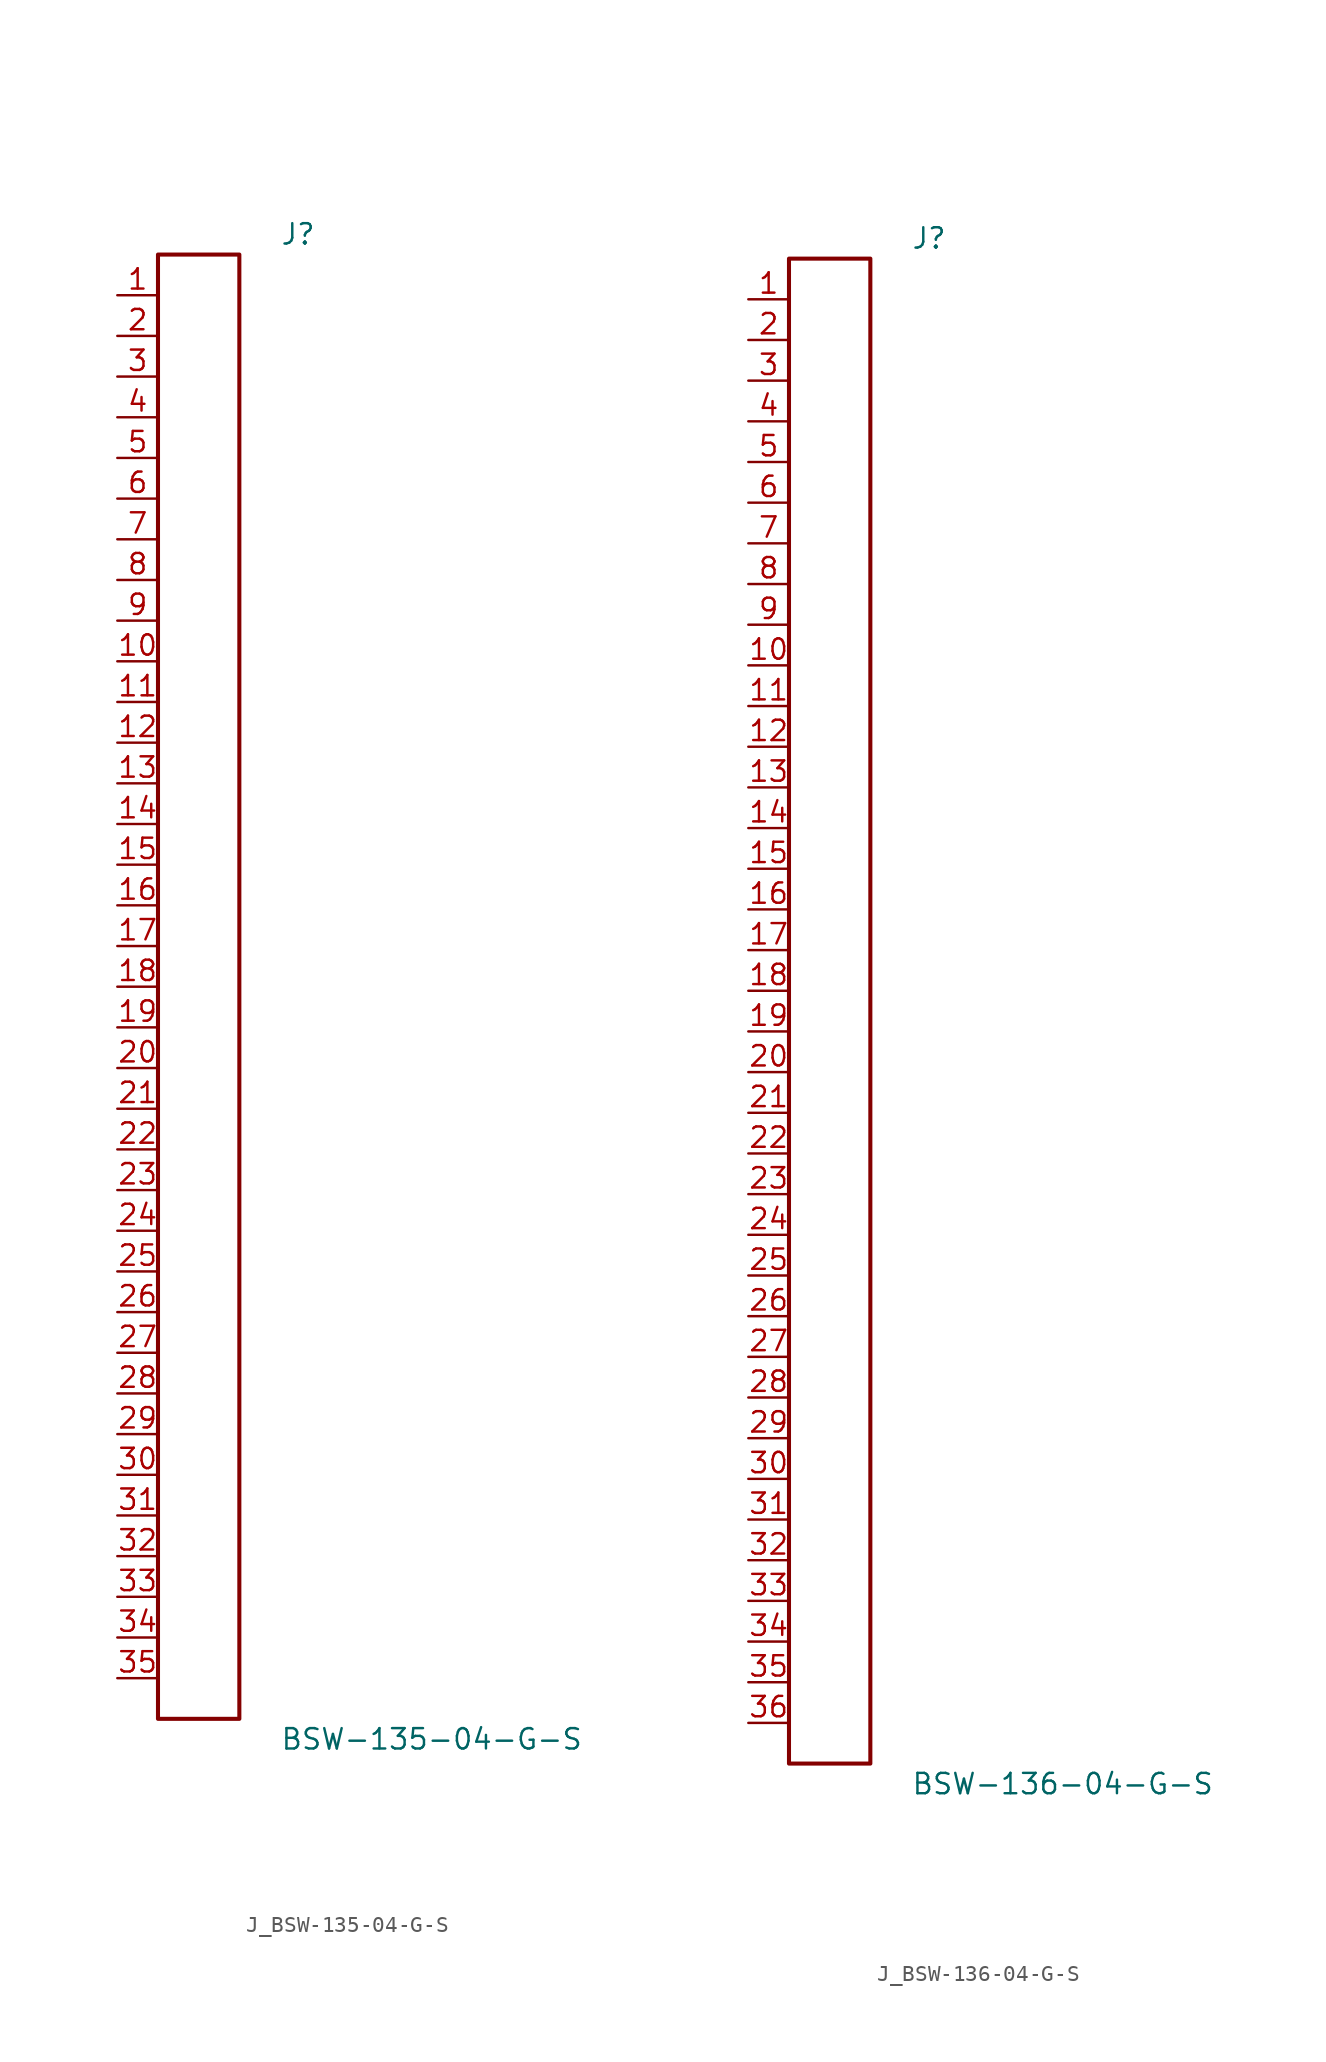
<source format=kicad_sym>
(kicad_symbol_lib
  (version 20231120)
  (generator kicad_symbol_editor)
  (generator_version 8.0)
  (symbol "J_BSW-135-04-G-S"
    (pin_names
      (offset 0.254))
    (property "Reference" "J"
      (at 5.08 46.99 0)
      (effects (font (size 1.27 1.27)) (justify left)))
    (property "Value" "BSW-135-04-G-S"
      (at 5.08 -46.99 0)
      (effects (font (size 1.27 1.27)) (justify left)))
    (symbol "J_BSW-135-04-G-S_0_0"
      (pin unspecified line (at -5.08 43.18 0) (length 2.54) (name "" (effects (font (size 1.27 1.27)))) (number "1" (effects (font (size 1.27 1.27)))))
      (pin unspecified line (at -5.08 40.64 0) (length 2.54) (name "" (effects (font (size 1.27 1.27)))) (number "2" (effects (font (size 1.27 1.27)))))
      (pin unspecified line (at -5.08 38.1 0) (length 2.54) (name "" (effects (font (size 1.27 1.27)))) (number "3" (effects (font (size 1.27 1.27)))))
      (pin unspecified line (at -5.08 35.56 0) (length 2.54) (name "" (effects (font (size 1.27 1.27)))) (number "4" (effects (font (size 1.27 1.27)))))
      (pin unspecified line (at -5.08 33.02 0) (length 2.54) (name "" (effects (font (size 1.27 1.27)))) (number "5" (effects (font (size 1.27 1.27)))))
      (pin unspecified line (at -5.08 30.48 0) (length 2.54) (name "" (effects (font (size 1.27 1.27)))) (number "6" (effects (font (size 1.27 1.27)))))
      (pin unspecified line (at -5.08 27.94 0) (length 2.54) (name "" (effects (font (size 1.27 1.27)))) (number "7" (effects (font (size 1.27 1.27)))))
      (pin unspecified line (at -5.08 25.4 0) (length 2.54) (name "" (effects (font (size 1.27 1.27)))) (number "8" (effects (font (size 1.27 1.27)))))
      (pin unspecified line (at -5.08 22.86 0) (length 2.54) (name "" (effects (font (size 1.27 1.27)))) (number "9" (effects (font (size 1.27 1.27)))))
      (pin unspecified line (at -5.08 20.32 0) (length 2.54) (name "" (effects (font (size 1.27 1.27)))) (number "10" (effects (font (size 1.27 1.27)))))
      (pin unspecified line (at -5.08 17.78 0) (length 2.54) (name "" (effects (font (size 1.27 1.27)))) (number "11" (effects (font (size 1.27 1.27)))))
      (pin unspecified line (at -5.08 15.24 0) (length 2.54) (name "" (effects (font (size 1.27 1.27)))) (number "12" (effects (font (size 1.27 1.27)))))
      (pin unspecified line (at -5.08 12.7 0) (length 2.54) (name "" (effects (font (size 1.27 1.27)))) (number "13" (effects (font (size 1.27 1.27)))))
      (pin unspecified line (at -5.08 10.16 0) (length 2.54) (name "" (effects (font (size 1.27 1.27)))) (number "14" (effects (font (size 1.27 1.27)))))
      (pin unspecified line (at -5.08 7.62 0) (length 2.54) (name "" (effects (font (size 1.27 1.27)))) (number "15" (effects (font (size 1.27 1.27)))))
      (pin unspecified line (at -5.08 5.08 0) (length 2.54) (name "" (effects (font (size 1.27 1.27)))) (number "16" (effects (font (size 1.27 1.27)))))
      (pin unspecified line (at -5.08 2.54 0) (length 2.54) (name "" (effects (font (size 1.27 1.27)))) (number "17" (effects (font (size 1.27 1.27)))))
      (pin unspecified line (at -5.08 0.0 0) (length 2.54) (name "" (effects (font (size 1.27 1.27)))) (number "18" (effects (font (size 1.27 1.27)))))
      (pin unspecified line (at -5.08 -2.54 0) (length 2.54) (name "" (effects (font (size 1.27 1.27)))) (number "19" (effects (font (size 1.27 1.27)))))
      (pin unspecified line (at -5.08 -5.08 0) (length 2.54) (name "" (effects (font (size 1.27 1.27)))) (number "20" (effects (font (size 1.27 1.27)))))
      (pin unspecified line (at -5.08 -7.62 0) (length 2.54) (name "" (effects (font (size 1.27 1.27)))) (number "21" (effects (font (size 1.27 1.27)))))
      (pin unspecified line (at -5.08 -10.16 0) (length 2.54) (name "" (effects (font (size 1.27 1.27)))) (number "22" (effects (font (size 1.27 1.27)))))
      (pin unspecified line (at -5.08 -12.7 0) (length 2.54) (name "" (effects (font (size 1.27 1.27)))) (number "23" (effects (font (size 1.27 1.27)))))
      (pin unspecified line (at -5.08 -15.24 0) (length 2.54) (name "" (effects (font (size 1.27 1.27)))) (number "24" (effects (font (size 1.27 1.27)))))
      (pin unspecified line (at -5.08 -17.78 0) (length 2.54) (name "" (effects (font (size 1.27 1.27)))) (number "25" (effects (font (size 1.27 1.27)))))
      (pin unspecified line (at -5.08 -20.32 0) (length 2.54) (name "" (effects (font (size 1.27 1.27)))) (number "26" (effects (font (size 1.27 1.27)))))
      (pin unspecified line (at -5.08 -22.86 0) (length 2.54) (name "" (effects (font (size 1.27 1.27)))) (number "27" (effects (font (size 1.27 1.27)))))
      (pin unspecified line (at -5.08 -25.4 0) (length 2.54) (name "" (effects (font (size 1.27 1.27)))) (number "28" (effects (font (size 1.27 1.27)))))
      (pin unspecified line (at -5.08 -27.94 0) (length 2.54) (name "" (effects (font (size 1.27 1.27)))) (number "29" (effects (font (size 1.27 1.27)))))
      (pin unspecified line (at -5.08 -30.48 0) (length 2.54) (name "" (effects (font (size 1.27 1.27)))) (number "30" (effects (font (size 1.27 1.27)))))
      (pin unspecified line (at -5.08 -33.02 0) (length 2.54) (name "" (effects (font (size 1.27 1.27)))) (number "31" (effects (font (size 1.27 1.27)))))
      (pin unspecified line (at -5.08 -35.56 0) (length 2.54) (name "" (effects (font (size 1.27 1.27)))) (number "32" (effects (font (size 1.27 1.27)))))
      (pin unspecified line (at -5.08 -38.1 0) (length 2.54) (name "" (effects (font (size 1.27 1.27)))) (number "33" (effects (font (size 1.27 1.27)))))
      (pin unspecified line (at -5.08 -40.64 0) (length 2.54) (name "" (effects (font (size 1.27 1.27)))) (number "34" (effects (font (size 1.27 1.27)))))
      (pin unspecified line (at -5.08 -43.18 0) (length 2.54) (name "" (effects (font (size 1.27 1.27)))) (number "35" (effects (font (size 1.27 1.27))))))
    (symbol "J_BSW-135-04-G-S_1_0"
      (rectangle (start -2.54 45.72) (end 2.54 -45.72) (stroke (width 0.254) (type solid)) (fill (type none)))))
  (symbol "J_BSW-136-04-G-S"
    (pin_names
      (offset 0.254))
    (property "Reference" "J"
      (at 5.08 48.26 0)
      (effects (font (size 1.27 1.27)) (justify left)))
    (property "Value" "BSW-136-04-G-S"
      (at 5.08 -48.26 0)
      (effects (font (size 1.27 1.27)) (justify left)))
    (symbol "J_BSW-136-04-G-S_0_0"
      (pin unspecified line (at -5.08 44.45 0) (length 2.54) (name "" (effects (font (size 1.27 1.27)))) (number "1" (effects (font (size 1.27 1.27)))))
      (pin unspecified line (at -5.08 41.91 0) (length 2.54) (name "" (effects (font (size 1.27 1.27)))) (number "2" (effects (font (size 1.27 1.27)))))
      (pin unspecified line (at -5.08 39.37 0) (length 2.54) (name "" (effects (font (size 1.27 1.27)))) (number "3" (effects (font (size 1.27 1.27)))))
      (pin unspecified line (at -5.08 36.83 0) (length 2.54) (name "" (effects (font (size 1.27 1.27)))) (number "4" (effects (font (size 1.27 1.27)))))
      (pin unspecified line (at -5.08 34.29 0) (length 2.54) (name "" (effects (font (size 1.27 1.27)))) (number "5" (effects (font (size 1.27 1.27)))))
      (pin unspecified line (at -5.08 31.75 0) (length 2.54) (name "" (effects (font (size 1.27 1.27)))) (number "6" (effects (font (size 1.27 1.27)))))
      (pin unspecified line (at -5.08 29.21 0) (length 2.54) (name "" (effects (font (size 1.27 1.27)))) (number "7" (effects (font (size 1.27 1.27)))))
      (pin unspecified line (at -5.08 26.67 0) (length 2.54) (name "" (effects (font (size 1.27 1.27)))) (number "8" (effects (font (size 1.27 1.27)))))
      (pin unspecified line (at -5.08 24.13 0) (length 2.54) (name "" (effects (font (size 1.27 1.27)))) (number "9" (effects (font (size 1.27 1.27)))))
      (pin unspecified line (at -5.08 21.59 0) (length 2.54) (name "" (effects (font (size 1.27 1.27)))) (number "10" (effects (font (size 1.27 1.27)))))
      (pin unspecified line (at -5.08 19.05 0) (length 2.54) (name "" (effects (font (size 1.27 1.27)))) (number "11" (effects (font (size 1.27 1.27)))))
      (pin unspecified line (at -5.08 16.51 0) (length 2.54) (name "" (effects (font (size 1.27 1.27)))) (number "12" (effects (font (size 1.27 1.27)))))
      (pin unspecified line (at -5.08 13.97 0) (length 2.54) (name "" (effects (font (size 1.27 1.27)))) (number "13" (effects (font (size 1.27 1.27)))))
      (pin unspecified line (at -5.08 11.43 0) (length 2.54) (name "" (effects (font (size 1.27 1.27)))) (number "14" (effects (font (size 1.27 1.27)))))
      (pin unspecified line (at -5.08 8.89 0) (length 2.54) (name "" (effects (font (size 1.27 1.27)))) (number "15" (effects (font (size 1.27 1.27)))))
      (pin unspecified line (at -5.08 6.35 0) (length 2.54) (name "" (effects (font (size 1.27 1.27)))) (number "16" (effects (font (size 1.27 1.27)))))
      (pin unspecified line (at -5.08 3.81 0) (length 2.54) (name "" (effects (font (size 1.27 1.27)))) (number "17" (effects (font (size 1.27 1.27)))))
      (pin unspecified line (at -5.08 1.27 0) (length 2.54) (name "" (effects (font (size 1.27 1.27)))) (number "18" (effects (font (size 1.27 1.27)))))
      (pin unspecified line (at -5.08 -1.27 0) (length 2.54) (name "" (effects (font (size 1.27 1.27)))) (number "19" (effects (font (size 1.27 1.27)))))
      (pin unspecified line (at -5.08 -3.81 0) (length 2.54) (name "" (effects (font (size 1.27 1.27)))) (number "20" (effects (font (size 1.27 1.27)))))
      (pin unspecified line (at -5.08 -6.35 0) (length 2.54) (name "" (effects (font (size 1.27 1.27)))) (number "21" (effects (font (size 1.27 1.27)))))
      (pin unspecified line (at -5.08 -8.89 0) (length 2.54) (name "" (effects (font (size 1.27 1.27)))) (number "22" (effects (font (size 1.27 1.27)))))
      (pin unspecified line (at -5.08 -11.43 0) (length 2.54) (name "" (effects (font (size 1.27 1.27)))) (number "23" (effects (font (size 1.27 1.27)))))
      (pin unspecified line (at -5.08 -13.97 0) (length 2.54) (name "" (effects (font (size 1.27 1.27)))) (number "24" (effects (font (size 1.27 1.27)))))
      (pin unspecified line (at -5.08 -16.51 0) (length 2.54) (name "" (effects (font (size 1.27 1.27)))) (number "25" (effects (font (size 1.27 1.27)))))
      (pin unspecified line (at -5.08 -19.05 0) (length 2.54) (name "" (effects (font (size 1.27 1.27)))) (number "26" (effects (font (size 1.27 1.27)))))
      (pin unspecified line (at -5.08 -21.59 0) (length 2.54) (name "" (effects (font (size 1.27 1.27)))) (number "27" (effects (font (size 1.27 1.27)))))
      (pin unspecified line (at -5.08 -24.13 0) (length 2.54) (name "" (effects (font (size 1.27 1.27)))) (number "28" (effects (font (size 1.27 1.27)))))
      (pin unspecified line (at -5.08 -26.67 0) (length 2.54) (name "" (effects (font (size 1.27 1.27)))) (number "29" (effects (font (size 1.27 1.27)))))
      (pin unspecified line (at -5.08 -29.21 0) (length 2.54) (name "" (effects (font (size 1.27 1.27)))) (number "30" (effects (font (size 1.27 1.27)))))
      (pin unspecified line (at -5.08 -31.75 0) (length 2.54) (name "" (effects (font (size 1.27 1.27)))) (number "31" (effects (font (size 1.27 1.27)))))
      (pin unspecified line (at -5.08 -34.29 0) (length 2.54) (name "" (effects (font (size 1.27 1.27)))) (number "32" (effects (font (size 1.27 1.27)))))
      (pin unspecified line (at -5.08 -36.83 0) (length 2.54) (name "" (effects (font (size 1.27 1.27)))) (number "33" (effects (font (size 1.27 1.27)))))
      (pin unspecified line (at -5.08 -39.37 0) (length 2.54) (name "" (effects (font (size 1.27 1.27)))) (number "34" (effects (font (size 1.27 1.27)))))
      (pin unspecified line (at -5.08 -41.91 0) (length 2.54) (name "" (effects (font (size 1.27 1.27)))) (number "35" (effects (font (size 1.27 1.27)))))
      (pin unspecified line (at -5.08 -44.45 0) (length 2.54) (name "" (effects (font (size 1.27 1.27)))) (number "36" (effects (font (size 1.27 1.27))))))
    (symbol "J_BSW-136-04-G-S_1_0"
      (rectangle (start -2.54 46.99) (end 2.54 -46.99) (stroke (width 0.254) (type solid)) (fill (type none))))))
</source>
